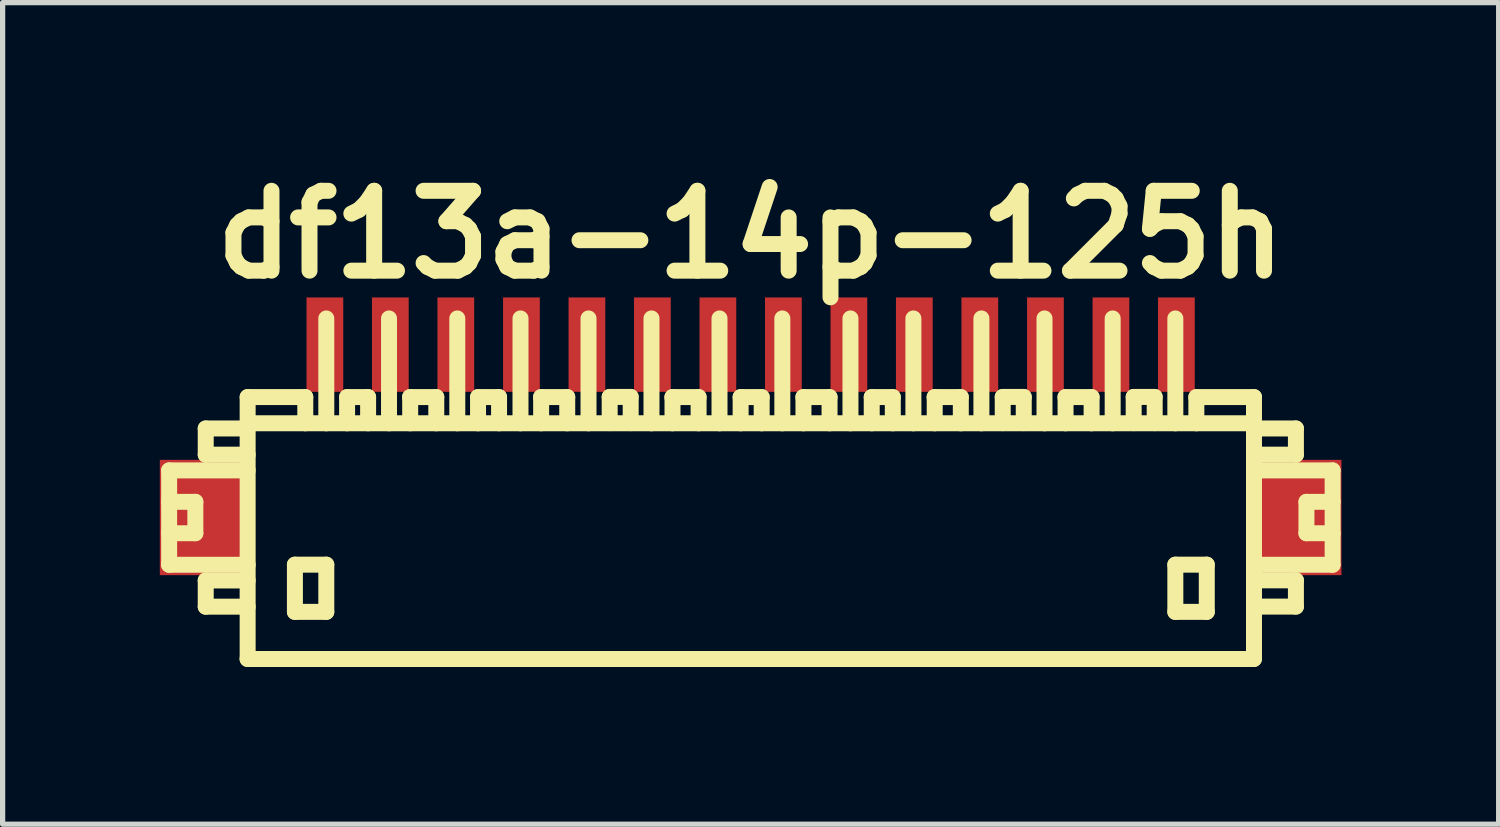
<source format=kicad_pcb>
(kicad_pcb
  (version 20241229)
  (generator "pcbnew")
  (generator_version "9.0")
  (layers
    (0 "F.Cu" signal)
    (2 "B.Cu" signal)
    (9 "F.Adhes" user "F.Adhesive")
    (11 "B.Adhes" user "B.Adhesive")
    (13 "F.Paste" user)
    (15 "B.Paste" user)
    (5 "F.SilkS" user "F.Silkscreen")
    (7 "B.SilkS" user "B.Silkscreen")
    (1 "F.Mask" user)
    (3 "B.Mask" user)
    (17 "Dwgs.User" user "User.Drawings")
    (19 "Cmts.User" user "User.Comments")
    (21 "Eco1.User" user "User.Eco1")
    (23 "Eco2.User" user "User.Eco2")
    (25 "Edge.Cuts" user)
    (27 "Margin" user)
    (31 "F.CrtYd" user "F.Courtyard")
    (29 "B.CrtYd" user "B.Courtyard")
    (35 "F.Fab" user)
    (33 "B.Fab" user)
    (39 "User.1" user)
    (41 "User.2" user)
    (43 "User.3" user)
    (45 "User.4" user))
  (footprint "df13a-14p-125h"
    (layer "F.Cu")
    (at 11.275 7.027)
    (property "Reference" "df13a-14p-125h" (at 0 -5.601 0) (layer "F.SilkS") (effects (font (size 1.524 1.524) (thickness 0.305))))
    (attr through_hole)
    (fp_line (start -11.097 -1.1) (end -11.097 0.701) (stroke (width 0.305) (type solid)) (layer "F.SilkS"))
    (fp_line (start -11.097 0.701) (end -9.599 0.701) (stroke (width 0.305) (type solid)) (layer "F.SilkS"))
    (fp_line (start -10.597 -0.5) (end -11.097 -0.5) (stroke (width 0.305) (type solid)) (layer "F.SilkS"))
    (fp_line (start -10.597 0.099) (end -11.097 0.099) (stroke (width 0.305) (type solid)) (layer "F.SilkS"))
    (fp_line (start -10.597 0.099) (end -10.597 -0.5) (stroke (width 0.305) (type solid)) (layer "F.SilkS"))
    (fp_line (start -10.399 -1.9) (end -10.399 -1.4) (stroke (width 0.305) (type solid)) (layer "F.SilkS"))
    (fp_line (start -10.399 -1.9) (end -9.599 -1.9) (stroke (width 0.305) (type solid)) (layer "F.SilkS"))
    (fp_line (start -10.399 1.001) (end -10.399 1.501) (stroke (width 0.305) (type solid)) (layer "F.SilkS"))
    (fp_line (start -10.399 1.501) (end -9.599 1.501) (stroke (width 0.305) (type solid)) (layer "F.SilkS"))
    (fp_line (start -9.601 2.499) (end 9.601 2.499) (stroke (width 0.305) (type solid)) (layer "F.SilkS"))
    (fp_line (start -9.599 -1.4) (end -10.399 -1.4) (stroke (width 0.305) (type solid)) (layer "F.SilkS"))
    (fp_line (start -9.599 -1.1) (end -11.097 -1.1) (stroke (width 0.305) (type solid)) (layer "F.SilkS"))
    (fp_line (start -9.599 1.001) (end -10.399 1.001) (stroke (width 0.305) (type solid)) (layer "F.SilkS"))
    (fp_line (start -9.599 2.499) (end -9.599 -2.499) (stroke (width 0.305) (type solid)) (layer "F.SilkS"))
    (fp_line (start -8.697 0.699) (end -8.697 1.6) (stroke (width 0.305) (type solid)) (layer "F.SilkS"))
    (fp_line (start -8.697 1.6) (end -8.098 1.6) (stroke (width 0.305) (type solid)) (layer "F.SilkS"))
    (fp_line (start -8.499 -2.499) (end -9.599 -2.499) (stroke (width 0.305) (type solid)) (layer "F.SilkS"))
    (fp_line (start -8.499 -2.499) (end -8.499 -1.999) (stroke (width 0.305) (type solid)) (layer "F.SilkS"))
    (fp_line (start -8.098 -4) (end -8.098 -1.999) (stroke (width 0.305) (type solid)) (layer "F.SilkS"))
    (fp_line (start -8.098 0.699) (end -8.697 0.699) (stroke (width 0.305) (type solid)) (layer "F.SilkS"))
    (fp_line (start -8.098 1.6) (end -8.098 0.699) (stroke (width 0.305) (type solid)) (layer "F.SilkS"))
    (fp_line (start -7.701 -2.499) (end -7.701 -1.999) (stroke (width 0.305) (type solid)) (layer "F.SilkS"))
    (fp_line (start -7.3 -2.499) (end -7.701 -2.499) (stroke (width 0.305) (type solid)) (layer "F.SilkS"))
    (fp_line (start -7.3 -2.499) (end -7.3 -1.999) (stroke (width 0.305) (type solid)) (layer "F.SilkS"))
    (fp_line (start -6.901 -1.999) (end -6.901 -4) (stroke (width 0.305) (type solid)) (layer "F.SilkS"))
    (fp_line (start -6.5 -2.499) (end -5.999 -2.499) (stroke (width 0.305) (type solid)) (layer "F.SilkS"))
    (fp_line (start -6.497 -1.999) (end -6.497 -2.499) (stroke (width 0.305) (type solid)) (layer "F.SilkS"))
    (fp_line (start -5.999 -2.499) (end -5.999 -1.999) (stroke (width 0.305) (type solid)) (layer "F.SilkS"))
    (fp_line (start -5.598 -1.999) (end -5.598 -4) (stroke (width 0.305) (type solid)) (layer "F.SilkS"))
    (fp_line (start -5.202 -2.499) (end -5.202 -1.999) (stroke (width 0.305) (type solid)) (layer "F.SilkS"))
    (fp_line (start -4.801 -2.499) (end -5.202 -2.499) (stroke (width 0.305) (type solid)) (layer "F.SilkS"))
    (fp_line (start -4.801 -2.499) (end -4.801 -1.999) (stroke (width 0.305) (type solid)) (layer "F.SilkS"))
    (fp_line (start -4.392 -1.999) (end -4.392 -4) (stroke (width 0.305) (type solid)) (layer "F.SilkS"))
    (fp_line (start -4 -2.499) (end -3.5 -2.499) (stroke (width 0.305) (type solid)) (layer "F.SilkS"))
    (fp_line (start -3.998 -1.999) (end -3.998 -2.499) (stroke (width 0.305) (type solid)) (layer "F.SilkS"))
    (fp_line (start -3.5 -2.499) (end -3.5 -1.999) (stroke (width 0.305) (type solid)) (layer "F.SilkS"))
    (fp_line (start -3.094 -1.999) (end -3.094 -4) (stroke (width 0.305) (type solid)) (layer "F.SilkS"))
    (fp_line (start -2.69 -2.502) (end -2.69 -2.002) (stroke (width 0.305) (type solid)) (layer "F.SilkS"))
    (fp_line (start -2.289 -2.502) (end -2.69 -2.502) (stroke (width 0.305) (type solid)) (layer "F.SilkS"))
    (fp_line (start -2.289 -2.502) (end -2.289 -2.002) (stroke (width 0.305) (type solid)) (layer "F.SilkS"))
    (fp_line (start -1.892 -1.999) (end -1.892 -4) (stroke (width 0.305) (type solid)) (layer "F.SilkS"))
    (fp_line (start -1.494 -2.499) (end -0.993 -2.499) (stroke (width 0.305) (type solid)) (layer "F.SilkS"))
    (fp_line (start -1.491 -1.999) (end -1.491 -2.499) (stroke (width 0.305) (type solid)) (layer "F.SilkS"))
    (fp_line (start -0.993 -2.499) (end -0.993 -1.999) (stroke (width 0.305) (type solid)) (layer "F.SilkS"))
    (fp_line (start -0.594 -1.999) (end -0.594 -4) (stroke (width 0.305) (type solid)) (layer "F.SilkS"))
    (fp_line (start -0.191 -2.499) (end -0.191 -1.999) (stroke (width 0.305) (type solid)) (layer "F.SilkS"))
    (fp_line (start 0.211 -2.499) (end -0.191 -2.499) (stroke (width 0.305) (type solid)) (layer "F.SilkS"))
    (fp_line (start 0.211 -2.499) (end 0.211 -1.999) (stroke (width 0.305) (type solid)) (layer "F.SilkS"))
    (fp_line (start 0.605 -1.999) (end 0.605 -4) (stroke (width 0.305) (type solid)) (layer "F.SilkS"))
    (fp_line (start 1.006 -2.499) (end 1.506 -2.499) (stroke (width 0.305) (type solid)) (layer "F.SilkS"))
    (fp_line (start 1.008 -1.999) (end 1.008 -2.499) (stroke (width 0.305) (type solid)) (layer "F.SilkS"))
    (fp_line (start 1.506 -2.499) (end 1.506 -1.999) (stroke (width 0.305) (type solid)) (layer "F.SilkS"))
    (fp_line (start 1.905 -1.999) (end 1.905 -4) (stroke (width 0.305) (type solid)) (layer "F.SilkS"))
    (fp_line (start 2.311 -2.499) (end 2.311 -1.999) (stroke (width 0.305) (type solid)) (layer "F.SilkS"))
    (fp_line (start 2.713 -2.499) (end 2.311 -2.499) (stroke (width 0.305) (type solid)) (layer "F.SilkS"))
    (fp_line (start 2.713 -2.499) (end 2.713 -1.999) (stroke (width 0.305) (type solid)) (layer "F.SilkS"))
    (fp_line (start 3.106 -1.999) (end 3.106 -4) (stroke (width 0.305) (type solid)) (layer "F.SilkS"))
    (fp_line (start 3.51 -2.499) (end 4.011 -2.499) (stroke (width 0.305) (type solid)) (layer "F.SilkS"))
    (fp_line (start 3.513 -1.999) (end 3.513 -2.499) (stroke (width 0.305) (type solid)) (layer "F.SilkS"))
    (fp_line (start 4.011 -2.499) (end 4.011 -1.999) (stroke (width 0.305) (type solid)) (layer "F.SilkS"))
    (fp_line (start 4.404 -1.999) (end 4.404 -4) (stroke (width 0.305) (type solid)) (layer "F.SilkS"))
    (fp_line (start 4.811 -2.502) (end 4.811 -2.002) (stroke (width 0.305) (type solid)) (layer "F.SilkS"))
    (fp_line (start 5.212 -2.502) (end 4.811 -2.502) (stroke (width 0.305) (type solid)) (layer "F.SilkS"))
    (fp_line (start 5.212 -2.502) (end 5.212 -2.002) (stroke (width 0.305) (type solid)) (layer "F.SilkS"))
    (fp_line (start 5.608 -1.999) (end 5.608 -4) (stroke (width 0.305) (type solid)) (layer "F.SilkS"))
    (fp_line (start 6.007 -2.499) (end 6.507 -2.499) (stroke (width 0.305) (type solid)) (layer "F.SilkS"))
    (fp_line (start 6.01 -1.999) (end 6.01 -2.499) (stroke (width 0.305) (type solid)) (layer "F.SilkS"))
    (fp_line (start 6.507 -2.499) (end 6.507 -1.999) (stroke (width 0.305) (type solid)) (layer "F.SilkS"))
    (fp_line (start 6.909 -1.999) (end 6.909 -4) (stroke (width 0.305) (type solid)) (layer "F.SilkS"))
    (fp_line (start 7.31 -2.502) (end 7.31 -2.002) (stroke (width 0.305) (type solid)) (layer "F.SilkS"))
    (fp_line (start 7.711 -2.502) (end 7.31 -2.502) (stroke (width 0.305) (type solid)) (layer "F.SilkS"))
    (fp_line (start 7.711 -2.502) (end 7.711 -2.002) (stroke (width 0.305) (type solid)) (layer "F.SilkS"))
    (fp_line (start 8.105 -1.999) (end 8.105 -4) (stroke (width 0.305) (type solid)) (layer "F.SilkS"))
    (fp_line (start 8.105 0.699) (end 8.705 0.699) (stroke (width 0.305) (type solid)) (layer "F.SilkS"))
    (fp_line (start 8.105 1.6) (end 8.105 0.699) (stroke (width 0.305) (type solid)) (layer "F.SilkS"))
    (fp_line (start 8.506 -2.499) (end 8.506 -1.999) (stroke (width 0.305) (type solid)) (layer "F.SilkS"))
    (fp_line (start 8.705 0.699) (end 8.705 1.6) (stroke (width 0.305) (type solid)) (layer "F.SilkS"))
    (fp_line (start 8.705 1.6) (end 8.105 1.6) (stroke (width 0.305) (type solid)) (layer "F.SilkS"))
    (fp_line (start 9.601 -1.999) (end -9.601 -1.999) (stroke (width 0.305) (type solid)) (layer "F.SilkS"))
    (fp_line (start 9.606 -2.499) (end 8.506 -2.499) (stroke (width 0.305) (type solid)) (layer "F.SilkS"))
    (fp_line (start 9.606 -2.499) (end 9.606 2.499) (stroke (width 0.305) (type solid)) (layer "F.SilkS"))
    (fp_line (start 9.606 -1.9) (end 10.406 -1.9) (stroke (width 0.305) (type solid)) (layer "F.SilkS"))
    (fp_line (start 9.606 0.998) (end 10.406 0.998) (stroke (width 0.305) (type solid)) (layer "F.SilkS"))
    (fp_line (start 10.406 -1.9) (end 10.406 -1.4) (stroke (width 0.305) (type solid)) (layer "F.SilkS"))
    (fp_line (start 10.406 -1.4) (end 9.606 -1.4) (stroke (width 0.305) (type solid)) (layer "F.SilkS"))
    (fp_line (start 10.406 0.998) (end 10.406 1.499) (stroke (width 0.305) (type solid)) (layer "F.SilkS"))
    (fp_line (start 10.406 1.499) (end 9.606 1.499) (stroke (width 0.305) (type solid)) (layer "F.SilkS"))
    (fp_line (start 10.607 0.099) (end 10.607 -0.5) (stroke (width 0.305) (type solid)) (layer "F.SilkS"))
    (fp_line (start 11.105 -1.1) (end 9.606 -1.1) (stroke (width 0.305) (type solid)) (layer "F.SilkS"))
    (fp_line (start 11.105 0.701) (end 9.705 0.701) (stroke (width 0.305) (type solid)) (layer "F.SilkS"))
    (fp_line (start 11.107 -1.1) (end 11.107 0.701) (stroke (width 0.305) (type solid)) (layer "F.SilkS"))
    (fp_line (start 11.107 -0.5) (end 10.607 -0.5) (stroke (width 0.305) (type solid)) (layer "F.SilkS"))
    (fp_line (start 11.107 0.099) (end 10.607 0.099) (stroke (width 0.305) (type solid)) (layer "F.SilkS"))
    (pad "" smd rect (at -10.475 -0.201) (size 1.6 2.2) (layers "F.Cu" "F.Mask" "F.Paste"))
    (pad "" smd rect (at 10.475 -0.201) (size 1.6 2.2) (layers "F.Cu" "F.Mask" "F.Paste"))
    (pad "1" smd rect (at 8.125 -3.5) (size 0.701 1.801) (layers "F.Cu" "F.Mask" "F.Paste"))
    (pad "2" smd rect (at 6.876 -3.5) (size 0.701 1.801) (layers "F.Cu" "F.Mask" "F.Paste"))
    (pad "3" smd rect (at 5.626 -3.5) (size 0.701 1.801) (layers "F.Cu" "F.Mask" "F.Paste"))
    (pad "4" smd rect (at 4.374 -3.5) (size 0.701 1.801) (layers "F.Cu" "F.Mask" "F.Paste"))
    (pad "5" smd rect (at 3.124 -3.5) (size 0.701 1.801) (layers "F.Cu" "F.Mask" "F.Paste"))
    (pad "6" smd rect (at 1.875 -3.5) (size 0.701 1.801) (layers "F.Cu" "F.Mask" "F.Paste"))
    (pad "7" smd rect (at 0.625 -3.5) (size 0.701 1.801) (layers "F.Cu" "F.Mask" "F.Paste"))
    (pad "8" smd rect (at -0.625 -3.5) (size 0.701 1.801) (layers "F.Cu" "F.Mask" "F.Paste"))
    (pad "9" smd rect (at -1.875 -3.5) (size 0.701 1.801) (layers "F.Cu" "F.Mask" "F.Paste"))
    (pad "10" smd rect (at -3.124 -3.5) (size 0.701 1.801) (layers "F.Cu" "F.Mask" "F.Paste"))
    (pad "11" smd rect (at -4.374 -3.5) (size 0.701 1.801) (layers "F.Cu" "F.Mask" "F.Paste"))
    (pad "12" smd rect (at -5.626 -3.5) (size 0.701 1.801) (layers "F.Cu" "F.Mask" "F.Paste"))
    (pad "13" smd rect (at -6.876 -3.5) (size 0.701 1.801) (layers "F.Cu" "F.Mask" "F.Paste"))
    (pad "14" smd rect (at -8.125 -3.5) (size 0.701 1.801) (layers "F.Cu" "F.Mask" "F.Paste")))
  (gr_rect
    (start -3 -3)
    (end 25.55 12.679)
    (stroke (width 0.1) (type default))
    (fill no)
    (layer "Edge.Cuts")))
</source>
